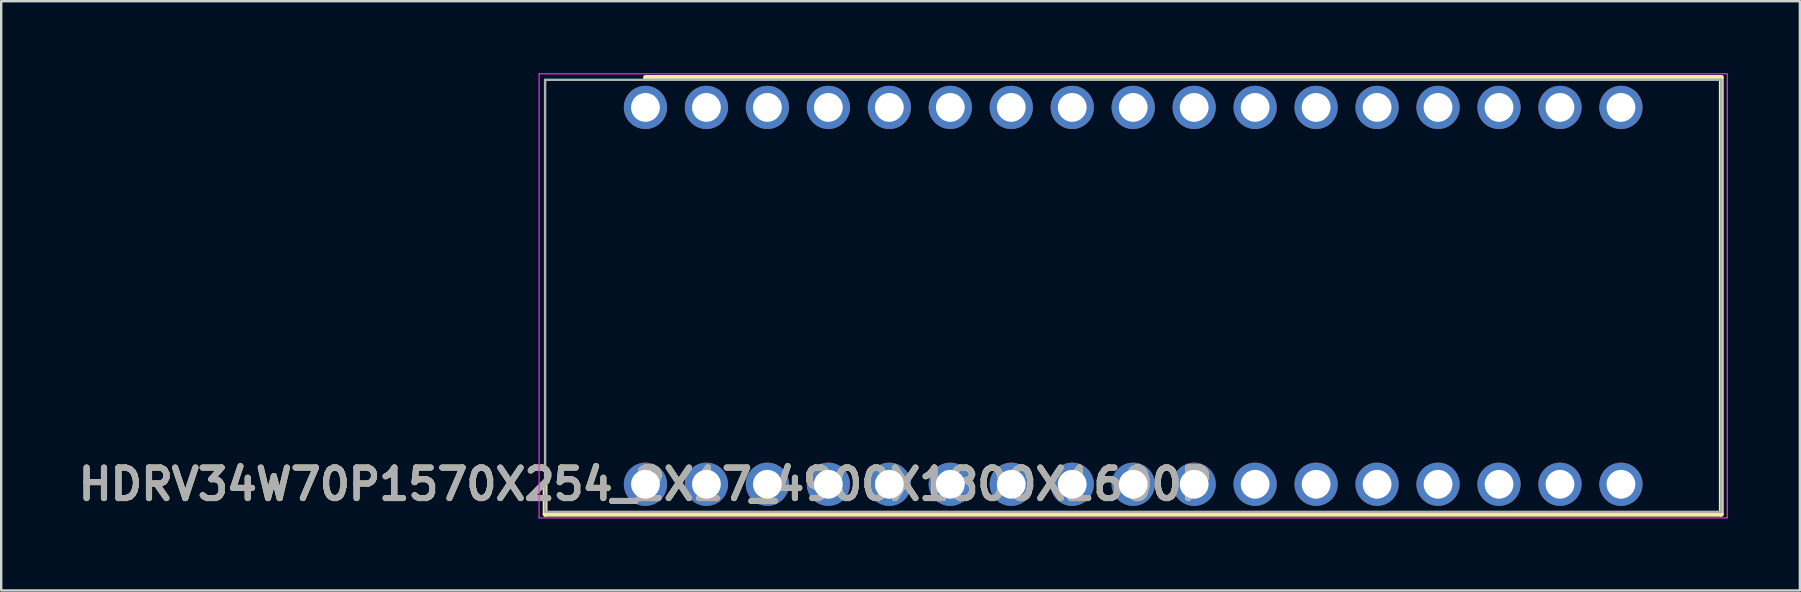
<source format=kicad_pcb>
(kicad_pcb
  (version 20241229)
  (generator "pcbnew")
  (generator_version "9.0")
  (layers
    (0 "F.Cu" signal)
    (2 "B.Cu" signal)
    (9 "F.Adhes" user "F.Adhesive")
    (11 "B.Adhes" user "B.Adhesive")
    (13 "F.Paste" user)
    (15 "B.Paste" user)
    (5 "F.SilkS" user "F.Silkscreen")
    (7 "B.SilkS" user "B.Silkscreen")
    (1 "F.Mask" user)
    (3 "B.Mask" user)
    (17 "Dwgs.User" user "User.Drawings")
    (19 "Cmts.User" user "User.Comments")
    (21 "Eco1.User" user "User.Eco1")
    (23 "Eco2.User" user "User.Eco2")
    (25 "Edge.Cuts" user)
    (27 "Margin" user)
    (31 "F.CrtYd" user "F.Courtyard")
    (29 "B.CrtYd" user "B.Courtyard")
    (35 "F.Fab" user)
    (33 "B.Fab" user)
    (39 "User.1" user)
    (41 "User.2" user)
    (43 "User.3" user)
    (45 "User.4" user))
  (footprint "HDRV34W70P1570X254_2X17_4900X1800X1600P"
    (layer "F.Cu")
    (at 23.84 17.125)
    (property "Reference" "HDRV34W70P1570X254_2X17_4900X1800X1600P" (at 0 0 0) (layer "F.SilkS") (effects (font (size 1.27 1.27) (thickness 0.254))))
    (attr through_hole)
    (fp_line (start -4.18 0) (end -4.18 1.25) (stroke (width 0.2) (type solid)) (layer "F.SilkS"))
    (fp_line (start -4.18 1.25) (end 44.82 1.25) (stroke (width 0.2) (type solid)) (layer "F.SilkS"))
    (fp_line (start 44.82 -16.95) (end 0 -16.95) (stroke (width 0.2) (type solid)) (layer "F.SilkS"))
    (fp_line (start 44.82 1.25) (end 44.82 -16.95) (stroke (width 0.2) (type solid)) (layer "F.SilkS"))
    (fp_line (start -4.43 -17.1) (end 45.07 -17.1) (stroke (width 0.05) (type solid)) (layer "F.CrtYd"))
    (fp_line (start -4.43 1.4) (end -4.43 -17.1) (stroke (width 0.05) (type solid)) (layer "F.CrtYd"))
    (fp_line (start 45.07 -17.1) (end 45.07 1.4) (stroke (width 0.05) (type solid)) (layer "F.CrtYd"))
    (fp_line (start 45.07 1.4) (end -4.43 1.4) (stroke (width 0.05) (type solid)) (layer "F.CrtYd"))
    (fp_line (start -4.18 -16.85) (end 44.82 -16.85) (stroke (width 0.1) (type solid)) (layer "F.Fab"))
    (fp_line (start -4.18 1.15) (end -4.18 -16.85) (stroke (width 0.1) (type solid)) (layer "F.Fab"))
    (fp_line (start 44.82 -16.85) (end 44.82 1.15) (stroke (width 0.1) (type solid)) (layer "F.Fab"))
    (fp_line (start 44.82 1.15) (end -4.18 1.15) (stroke (width 0.1) (type solid)) (layer "F.Fab"))
    (fp_text user "${REFERENCE}" (at 0 0 0) (layer "F.Fab") (effects (font (size 1.27 1.27) (thickness 0.254))))
    (pad "1" thru_hole circle (at 0 0) (size 1.8 1.8) (drill 1.2) (layers "*.Cu" "*.Mask"))
    (pad "2" thru_hole circle (at 2.54 0) (size 1.8 1.8) (drill 1.2) (layers "*.Cu" "*.Mask"))
    (pad "3" thru_hole circle (at 5.08 0) (size 1.8 1.8) (drill 1.2) (layers "*.Cu" "*.Mask"))
    (pad "4" thru_hole circle (at 7.62 0) (size 1.8 1.8) (drill 1.2) (layers "*.Cu" "*.Mask"))
    (pad "5" thru_hole circle (at 10.16 0) (size 1.8 1.8) (drill 1.2) (layers "*.Cu" "*.Mask"))
    (pad "6" thru_hole circle (at 12.7 0) (size 1.8 1.8) (drill 1.2) (layers "*.Cu" "*.Mask"))
    (pad "7" thru_hole circle (at 15.24 0) (size 1.8 1.8) (drill 1.2) (layers "*.Cu" "*.Mask"))
    (pad "8" thru_hole circle (at 17.78 0) (size 1.8 1.8) (drill 1.2) (layers "*.Cu" "*.Mask"))
    (pad "9" thru_hole circle (at 20.32 0) (size 1.8 1.8) (drill 1.2) (layers "*.Cu" "*.Mask"))
    (pad "10" thru_hole circle (at 22.86 0) (size 1.8 1.8) (drill 1.2) (layers "*.Cu" "*.Mask"))
    (pad "11" thru_hole circle (at 25.4 0) (size 1.8 1.8) (drill 1.2) (layers "*.Cu" "*.Mask"))
    (pad "12" thru_hole circle (at 27.94 0) (size 1.8 1.8) (drill 1.2) (layers "*.Cu" "*.Mask"))
    (pad "13" thru_hole circle (at 30.48 0) (size 1.8 1.8) (drill 1.2) (layers "*.Cu" "*.Mask"))
    (pad "14" thru_hole circle (at 33.02 0) (size 1.8 1.8) (drill 1.2) (layers "*.Cu" "*.Mask"))
    (pad "15" thru_hole circle (at 35.56 0) (size 1.8 1.8) (drill 1.2) (layers "*.Cu" "*.Mask"))
    (pad "16" thru_hole circle (at 38.1 0) (size 1.8 1.8) (drill 1.2) (layers "*.Cu" "*.Mask"))
    (pad "17" thru_hole circle (at 40.64 0) (size 1.8 1.8) (drill 1.2) (layers "*.Cu" "*.Mask"))
    (pad "18" thru_hole circle (at 40.64 -15.7) (size 1.8 1.8) (drill 1.2) (layers "*.Cu" "*.Mask"))
    (pad "19" thru_hole circle (at 38.1 -15.7) (size 1.8 1.8) (drill 1.2) (layers "*.Cu" "*.Mask"))
    (pad "20" thru_hole circle (at 35.56 -15.7) (size 1.8 1.8) (drill 1.2) (layers "*.Cu" "*.Mask"))
    (pad "21" thru_hole circle (at 33.02 -15.7) (size 1.8 1.8) (drill 1.2) (layers "*.Cu" "*.Mask"))
    (pad "22" thru_hole circle (at 30.48 -15.7) (size 1.8 1.8) (drill 1.2) (layers "*.Cu" "*.Mask"))
    (pad "23" thru_hole circle (at 27.94 -15.7) (size 1.8 1.8) (drill 1.2) (layers "*.Cu" "*.Mask"))
    (pad "24" thru_hole circle (at 25.4 -15.7) (size 1.8 1.8) (drill 1.2) (layers "*.Cu" "*.Mask"))
    (pad "25" thru_hole circle (at 22.86 -15.7) (size 1.8 1.8) (drill 1.2) (layers "*.Cu" "*.Mask"))
    (pad "26" thru_hole circle (at 20.32 -15.7) (size 1.8 1.8) (drill 1.2) (layers "*.Cu" "*.Mask"))
    (pad "27" thru_hole circle (at 17.78 -15.7) (size 1.8 1.8) (drill 1.2) (layers "*.Cu" "*.Mask"))
    (pad "28" thru_hole circle (at 15.24 -15.7) (size 1.8 1.8) (drill 1.2) (layers "*.Cu" "*.Mask"))
    (pad "29" thru_hole circle (at 12.7 -15.7) (size 1.8 1.8) (drill 1.2) (layers "*.Cu" "*.Mask"))
    (pad "30" thru_hole circle (at 10.16 -15.7) (size 1.8 1.8) (drill 1.2) (layers "*.Cu" "*.Mask"))
    (pad "31" thru_hole circle (at 7.62 -15.7) (size 1.8 1.8) (drill 1.2) (layers "*.Cu" "*.Mask"))
    (pad "32" thru_hole circle (at 5.08 -15.7) (size 1.8 1.8) (drill 1.2) (layers "*.Cu" "*.Mask"))
    (pad "33" thru_hole circle (at 2.54 -15.7) (size 1.8 1.8) (drill 1.2) (layers "*.Cu" "*.Mask"))
    (pad "34" thru_hole circle (at 0 -15.7) (size 1.8 1.8) (drill 1.2) (layers "*.Cu" "*.Mask")))
  (gr_rect
    (start -3 -3)
    (end 71.935 21.55)
    (stroke (width 0.1) (type default))
    (fill no)
    (layer "Edge.Cuts")))
</source>
